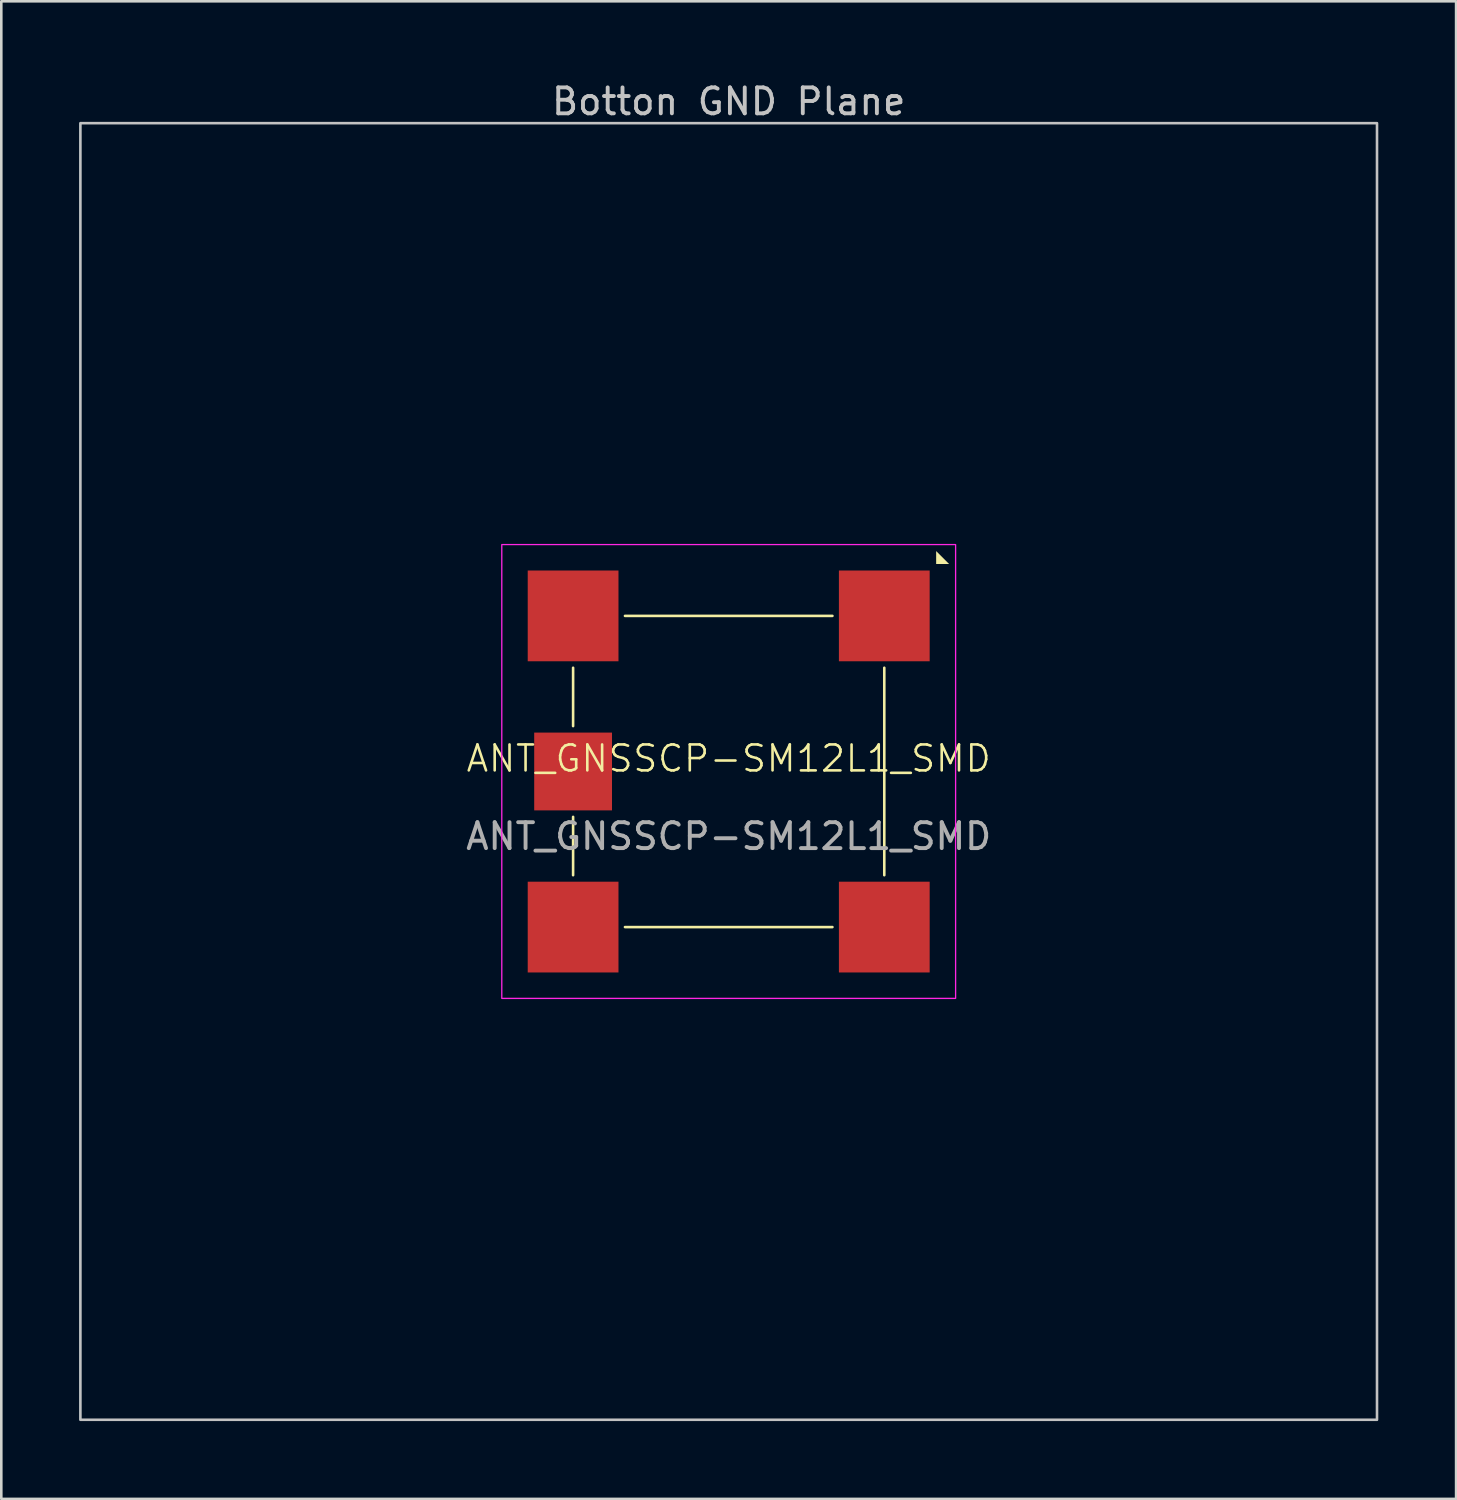
<source format=kicad_pcb>
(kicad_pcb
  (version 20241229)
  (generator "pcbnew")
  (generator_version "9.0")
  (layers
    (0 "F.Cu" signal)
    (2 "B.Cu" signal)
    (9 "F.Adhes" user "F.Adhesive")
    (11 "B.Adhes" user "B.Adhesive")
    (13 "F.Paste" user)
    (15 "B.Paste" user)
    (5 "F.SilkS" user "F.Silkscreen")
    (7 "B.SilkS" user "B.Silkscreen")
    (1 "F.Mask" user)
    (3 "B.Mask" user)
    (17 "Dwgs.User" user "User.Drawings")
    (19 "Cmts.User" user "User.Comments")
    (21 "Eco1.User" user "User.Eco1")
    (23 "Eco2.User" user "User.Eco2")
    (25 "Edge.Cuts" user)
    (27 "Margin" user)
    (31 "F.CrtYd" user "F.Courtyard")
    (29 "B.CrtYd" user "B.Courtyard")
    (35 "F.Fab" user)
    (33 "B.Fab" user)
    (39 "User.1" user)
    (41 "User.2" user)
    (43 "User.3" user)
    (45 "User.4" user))
  (footprint "ANT_GNSSCP-SM12L1_SMD"
    (layer "F.Cu")
    (at 25.05 26.7)
    (property "Reference" "ANT_GNSSCP-SM12L1_SMD" (at 0 -0.5 0) (unlocked yes) (layer "F.SilkS") (effects (font (size 1 1) (thickness 0.1))))
    (attr smd)
    (fp_line (start -6 -4) (end -6 -1.75) (stroke (width 0.1) (type default)) (layer "F.SilkS"))
    (fp_line (start -6 1.75) (end -6 4) (stroke (width 0.1) (type default)) (layer "F.SilkS"))
    (fp_line (start -4 6) (end 4 6) (stroke (width 0.1) (type default)) (layer "F.SilkS"))
    (fp_line (start 4 -6) (end -4 -6) (stroke (width 0.1) (type default)) (layer "F.SilkS"))
    (fp_line (start 6 4) (end 6 -4) (stroke (width 0.1) (type default)) (layer "F.SilkS"))
    (fp_poly (pts (xy 8 -8) (xy 8.5 -8) (xy 8 -8.5)) (stroke (width 0) (type solid)) (fill yes) (layer "F.SilkS"))
    (fp_rect (start -25 -25) (end 25 25) (stroke (width 0.1) (type default)) (fill no) (layer "Dwgs.User"))
    (fp_rect (start -25 -25) (end 25 25) (stroke (width 0.05) (type default)) (fill no) (layer "B.CrtYd"))
    (fp_rect (start -8.75 -8.75) (end 8.75 8.75) (stroke (width 0.05) (type default)) (fill no) (layer "F.CrtYd"))
    (fp_text user "Botton GND Plane" (at 0 -25.25 0) (unlocked yes) (layer "Dwgs.User") (effects (font (size 1 1) (thickness 0.15)) (justify bottom)))
    (fp_text user "${REFERENCE}" (at 0 2.5 0) (unlocked yes) (layer "F.Fab") (effects (font (size 1 1) (thickness 0.15))))
    (pad "1" smd rect (at -6 0) (size 3 3) (layers "F.Cu" "F.Mask" "F.Paste"))
    (pad "MP" smd rect (at -6 -6) (size 3.5 3.5) (layers "F.Cu" "F.Mask" "F.Paste"))
    (pad "MP" smd rect (at -6 6) (size 3.5 3.5) (layers "F.Cu" "F.Mask" "F.Paste"))
    (pad "MP" smd rect (at 6 -6) (size 3.5 3.5) (layers "F.Cu" "F.Mask" "F.Paste"))
    (pad "MP" smd rect (at 6 6) (size 3.5 3.5) (layers "F.Cu" "F.Mask" "F.Paste")))
  (gr_rect
    (start -3 -3)
    (end 53.1 54.75)
    (stroke (width 0.1) (type default))
    (fill no)
    (layer "Edge.Cuts")))
</source>
